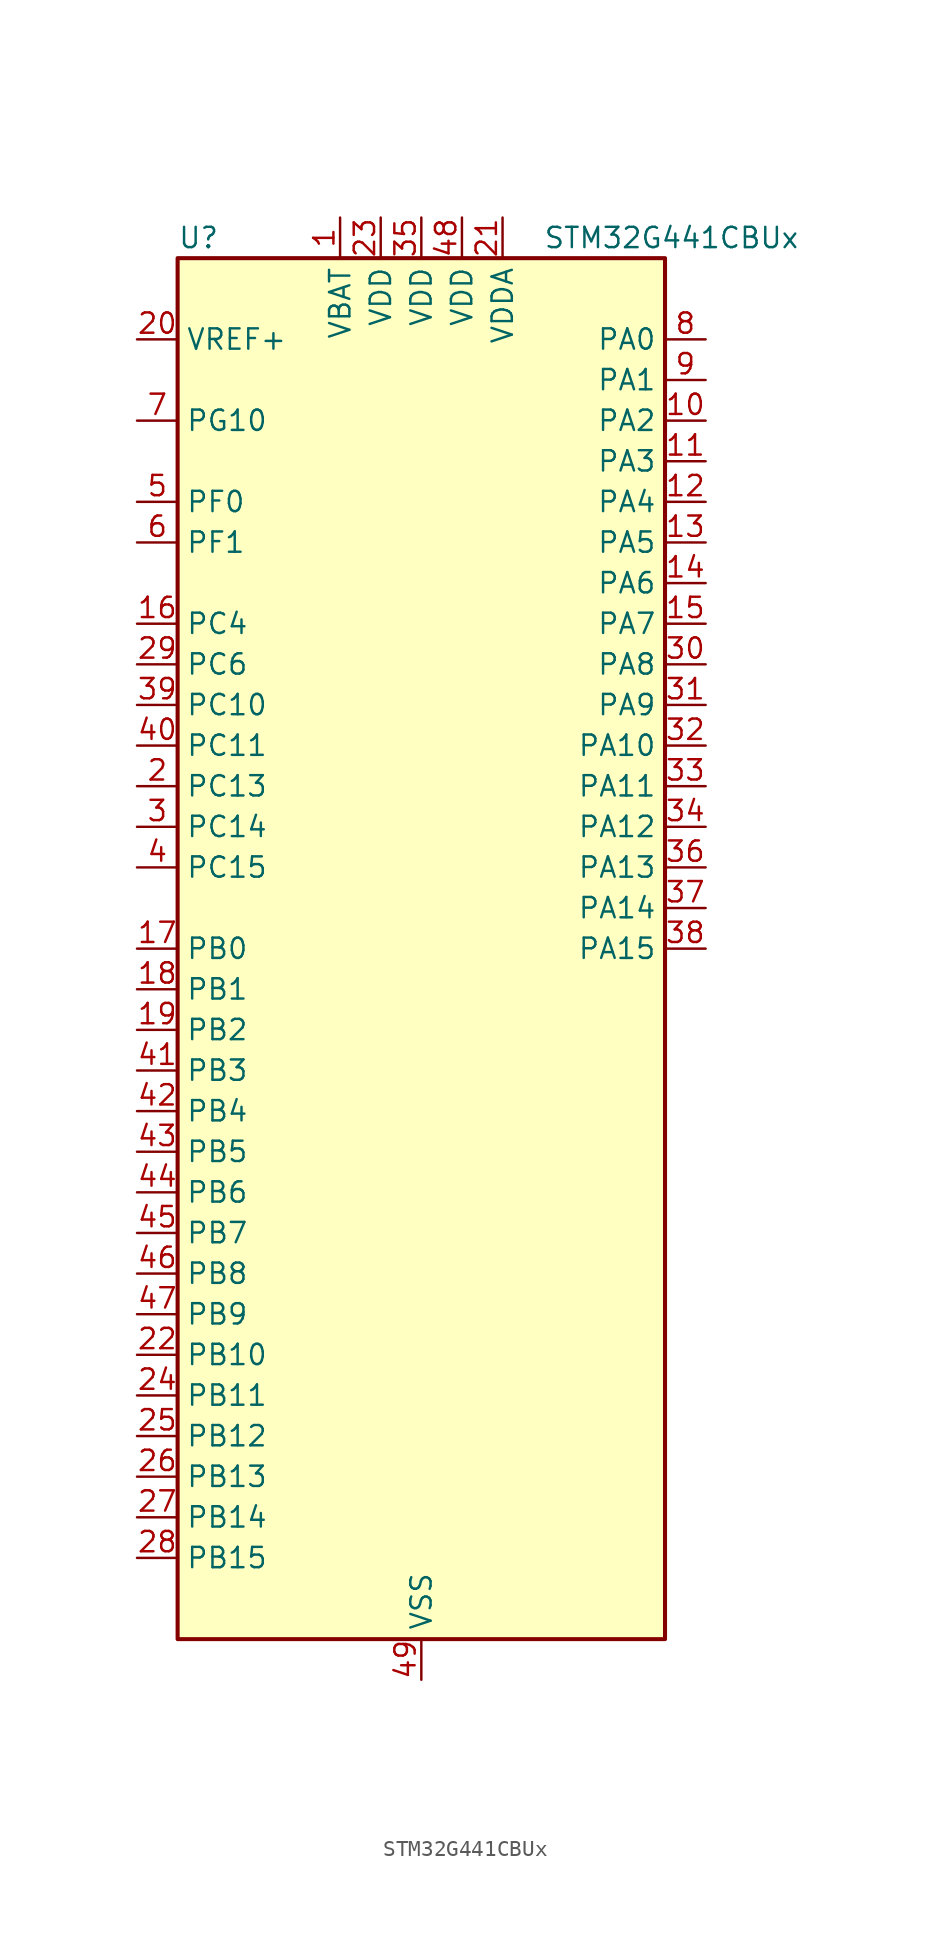
<source format=kicad_sym>
(kicad_symbol_lib
  (version 20241209)
  (generator "kicad_symbol_editor")
  (generator_version "9.0")
  (symbol "STM32G441CBUx"
    (property "Reference" "U"
      (at -15.24 44.45 0)
      (effects (font (size 1.27 1.27)) (justify left)))
    (property "Value" "STM32G441CBUx"
      (at 7.62 44.45 0)
      (effects (font (size 1.27 1.27)) (justify left)))
    (symbol "STM32G441CBUx_0_1"
      (rectangle (start -15.24 -43.18) (end 15.24 43.18) (stroke (width 0.254) (type default)) (fill (type background))))
    (symbol "STM32G441CBUx_1_1"
      (pin input line (at -17.78 38.1 0) (length 2.54) (name "VREF+" (effects (font (size 1.27 1.27)))) (number "20" (effects (font (size 1.27 1.27)))) (alternate "VREFBUF_OUT" bidirectional line))
      (pin bidirectional line (at -17.78 33.02 0) (length 2.54) (name "PG10" (effects (font (size 1.27 1.27)))) (number "7" (effects (font (size 1.27 1.27)))) (alternate "DAC1_EXTI10" bidirectional line) (alternate "DAC3_EXTI10" bidirectional line) (alternate "RCC_MCO" bidirectional line))
      (pin bidirectional line (at -17.78 27.94 0) (length 2.54) (name "PF0" (effects (font (size 1.27 1.27)))) (number "5" (effects (font (size 1.27 1.27)))) (alternate "ADC1_IN10" bidirectional line) (alternate "I2C2_SDA" bidirectional line) (alternate "I2S2_WS" bidirectional line) (alternate "RCC_OSC_IN" bidirectional line) (alternate "SPI2_NSS" bidirectional line) (alternate "TIM1_CH3N" bidirectional line))
      (pin bidirectional line (at -17.78 25.4 0) (length 2.54) (name "PF1" (effects (font (size 1.27 1.27)))) (number "6" (effects (font (size 1.27 1.27)))) (alternate "ADC2_IN10" bidirectional line) (alternate "COMP3_INM" bidirectional line) (alternate "I2S2_CK" bidirectional line) (alternate "RCC_OSC_OUT" bidirectional line) (alternate "SPI2_SCK" bidirectional line))
      (pin bidirectional line (at -17.78 20.32 0) (length 2.54) (name "PC4" (effects (font (size 1.27 1.27)))) (number "16" (effects (font (size 1.27 1.27)))) (alternate "ADC2_IN5" bidirectional line) (alternate "I2C2_SCL" bidirectional line) (alternate "TIM1_ETR" bidirectional line) (alternate "USART1_TX" bidirectional line))
      (pin bidirectional line (at -17.78 17.78 0) (length 2.54) (name "PC6" (effects (font (size 1.27 1.27)))) (number "29" (effects (font (size 1.27 1.27)))) (alternate "I2S2_MCK" bidirectional line) (alternate "TIM3_CH1" bidirectional line) (alternate "TIM8_CH1" bidirectional line))
      (pin bidirectional line (at -17.78 15.24 0) (length 2.54) (name "PC10" (effects (font (size 1.27 1.27)))) (number "39" (effects (font (size 1.27 1.27)))) (alternate "DAC1_EXTI10" bidirectional line) (alternate "DAC3_EXTI10" bidirectional line) (alternate "I2S3_CK" bidirectional line) (alternate "SPI3_SCK" bidirectional line) (alternate "TIM8_CH1N" bidirectional line) (alternate "UART4_TX" bidirectional line) (alternate "USART3_TX" bidirectional line))
      (pin bidirectional line (at -17.78 12.7 0) (length 2.54) (name "PC11" (effects (font (size 1.27 1.27)))) (number "40" (effects (font (size 1.27 1.27)))) (alternate "ADC1_EXTI11" bidirectional line) (alternate "ADC2_EXTI11" bidirectional line) (alternate "I2C3_SDA" bidirectional line) (alternate "SPI3_MISO" bidirectional line) (alternate "TIM8_CH2N" bidirectional line) (alternate "UART4_RX" bidirectional line) (alternate "USART3_RX" bidirectional line))
      (pin bidirectional line (at -17.78 10.16 0) (length 2.54) (name "PC13" (effects (font (size 1.27 1.27)))) (number "2" (effects (font (size 1.27 1.27)))) (alternate "RTC_OUT1" bidirectional line) (alternate "RTC_TAMP1" bidirectional line) (alternate "RTC_TS" bidirectional line) (alternate "SYS_WKUP2" bidirectional line) (alternate "TIM1_BKIN" bidirectional line) (alternate "TIM1_CH1N" bidirectional line) (alternate "TIM8_CH4N" bidirectional line))
      (pin bidirectional line (at -17.78 7.62 0) (length 2.54) (name "PC14" (effects (font (size 1.27 1.27)))) (number "3" (effects (font (size 1.27 1.27)))) (alternate "RCC_OSC32_IN" bidirectional line))
      (pin bidirectional line (at -17.78 5.08 0) (length 2.54) (name "PC15" (effects (font (size 1.27 1.27)))) (number "4" (effects (font (size 1.27 1.27)))) (alternate "ADC1_EXTI15" bidirectional line) (alternate "ADC2_EXTI15" bidirectional line) (alternate "RCC_OSC32_OUT" bidirectional line))
      (pin bidirectional line (at -17.78 0 0) (length 2.54) (name "PB0" (effects (font (size 1.27 1.27)))) (number "17" (effects (font (size 1.27 1.27)))) (alternate "ADC1_IN15" bidirectional line) (alternate "COMP4_INP" bidirectional line) (alternate "OPAMP2_VINP" bidirectional line) (alternate "OPAMP2_VINP_SEC" bidirectional line) (alternate "OPAMP3_VINP" bidirectional line) (alternate "OPAMP3_VINP_SEC" bidirectional line) (alternate "TIM1_CH2N" bidirectional line) (alternate "TIM3_CH3" bidirectional line) (alternate "TIM8_CH2N" bidirectional line) (alternate "UCPD1_FRSTX1" bidirectional line) (alternate "UCPD1_FRSTX2" bidirectional line))
      (pin bidirectional line (at -17.78 -2.54 0) (length 2.54) (name "PB1" (effects (font (size 1.27 1.27)))) (number "18" (effects (font (size 1.27 1.27)))) (alternate "ADC1_IN12" bidirectional line) (alternate "COMP1_INP" bidirectional line) (alternate "COMP4_OUT" bidirectional line) (alternate "LPUART1_DE" bidirectional line) (alternate "LPUART1_RTS" bidirectional line) (alternate "OPAMP3_VOUT" bidirectional line) (alternate "TIM1_CH3N" bidirectional line) (alternate "TIM3_CH4" bidirectional line) (alternate "TIM8_CH3N" bidirectional line))
      (pin bidirectional line (at -17.78 -5.08 0) (length 2.54) (name "PB2" (effects (font (size 1.27 1.27)))) (number "19" (effects (font (size 1.27 1.27)))) (alternate "ADC2_IN12" bidirectional line) (alternate "COMP4_INM" bidirectional line) (alternate "I2C3_SMBA" bidirectional line) (alternate "LPTIM1_OUT" bidirectional line) (alternate "OPAMP3_VINM" bidirectional line) (alternate "OPAMP3_VINM0" bidirectional line) (alternate "OPAMP3_VINM_SEC" bidirectional line) (alternate "RTC_OUT2" bidirectional line))
      (pin bidirectional line (at -17.78 -7.62 0) (length 2.54) (name "PB3" (effects (font (size 1.27 1.27)))) (number "41" (effects (font (size 1.27 1.27)))) (alternate "CRS_SYNC" bidirectional line) (alternate "I2S3_CK" bidirectional line) (alternate "SAI1_SCK_B" bidirectional line) (alternate "SPI1_SCK" bidirectional line) (alternate "SPI3_SCK" bidirectional line) (alternate "SYS_JTDO-SWO" bidirectional line) (alternate "TIM2_CH2" bidirectional line) (alternate "TIM3_ETR" bidirectional line) (alternate "TIM4_ETR" bidirectional line) (alternate "TIM8_CH1N" bidirectional line) (alternate "USART2_TX" bidirectional line))
      (pin bidirectional line (at -17.78 -10.16 0) (length 2.54) (name "PB4" (effects (font (size 1.27 1.27)))) (number "42" (effects (font (size 1.27 1.27)))) (alternate "SAI1_MCLK_B" bidirectional line) (alternate "SPI1_MISO" bidirectional line) (alternate "SPI3_MISO" bidirectional line) (alternate "SYS_JTRST" bidirectional line) (alternate "TIM16_CH1" bidirectional line) (alternate "TIM17_BKIN" bidirectional line) (alternate "TIM3_CH1" bidirectional line) (alternate "TIM8_CH2N" bidirectional line) (alternate "UCPD1_CC2" bidirectional line) (alternate "USART2_RX" bidirectional line))
      (pin bidirectional line (at -17.78 -12.7 0) (length 2.54) (name "PB5" (effects (font (size 1.27 1.27)))) (number "43" (effects (font (size 1.27 1.27)))) (alternate "I2C1_SMBA" bidirectional line) (alternate "I2C3_SDA" bidirectional line) (alternate "I2S3_SD" bidirectional line) (alternate "LPTIM1_IN1" bidirectional line) (alternate "SAI1_SD_B" bidirectional line) (alternate "SPI1_MOSI" bidirectional line) (alternate "SPI3_MOSI" bidirectional line) (alternate "TIM16_BKIN" bidirectional line) (alternate "TIM17_CH1" bidirectional line) (alternate "TIM3_CH2" bidirectional line) (alternate "TIM8_CH3N" bidirectional line) (alternate "USART2_CK" bidirectional line))
      (pin bidirectional line (at -17.78 -15.24 0) (length 2.54) (name "PB6" (effects (font (size 1.27 1.27)))) (number "44" (effects (font (size 1.27 1.27)))) (alternate "COMP4_OUT" bidirectional line) (alternate "LPTIM1_ETR" bidirectional line) (alternate "SAI1_FS_B" bidirectional line) (alternate "TIM16_CH1N" bidirectional line) (alternate "TIM4_CH1" bidirectional line) (alternate "TIM8_BKIN2" bidirectional line) (alternate "TIM8_CH1" bidirectional line) (alternate "TIM8_ETR" bidirectional line) (alternate "UCPD1_CC1" bidirectional line) (alternate "USART1_TX" bidirectional line))
      (pin bidirectional line (at -17.78 -17.78 0) (length 2.54) (name "PB7" (effects (font (size 1.27 1.27)))) (number "45" (effects (font (size 1.27 1.27)))) (alternate "COMP3_OUT" bidirectional line) (alternate "I2C1_SDA" bidirectional line) (alternate "LPTIM1_IN2" bidirectional line) (alternate "SYS_PVD_IN" bidirectional line) (alternate "TIM17_CH1N" bidirectional line) (alternate "TIM3_CH4" bidirectional line) (alternate "TIM4_CH2" bidirectional line) (alternate "TIM8_BKIN" bidirectional line) (alternate "UART4_CTS" bidirectional line) (alternate "USART1_RX" bidirectional line))
      (pin bidirectional line (at -17.78 -20.32 0) (length 2.54) (name "PB8" (effects (font (size 1.27 1.27)))) (number "46" (effects (font (size 1.27 1.27)))) (alternate "COMP1_OUT" bidirectional line) (alternate "FDCAN1_RX" bidirectional line) (alternate "I2C1_SCL" bidirectional line) (alternate "SAI1_CK1" bidirectional line) (alternate "SAI1_MCLK_A" bidirectional line) (alternate "TIM16_CH1" bidirectional line) (alternate "TIM1_BKIN" bidirectional line) (alternate "TIM4_CH3" bidirectional line) (alternate "TIM8_CH2" bidirectional line) (alternate "USART3_RX" bidirectional line))
      (pin bidirectional line (at -17.78 -22.86 0) (length 2.54) (name "PB9" (effects (font (size 1.27 1.27)))) (number "47" (effects (font (size 1.27 1.27)))) (alternate "COMP2_OUT" bidirectional line) (alternate "DAC1_EXTI9" bidirectional line) (alternate "DAC3_EXTI9" bidirectional line) (alternate "FDCAN1_TX" bidirectional line) (alternate "I2C1_SDA" bidirectional line) (alternate "IR_OUT" bidirectional line) (alternate "SAI1_D2" bidirectional line) (alternate "SAI1_FS_A" bidirectional line) (alternate "TIM17_CH1" bidirectional line) (alternate "TIM1_CH3N" bidirectional line) (alternate "TIM4_CH4" bidirectional line) (alternate "TIM8_CH3" bidirectional line) (alternate "USART3_TX" bidirectional line))
      (pin bidirectional line (at -17.78 -25.4 0) (length 2.54) (name "PB10" (effects (font (size 1.27 1.27)))) (number "22" (effects (font (size 1.27 1.27)))) (alternate "DAC1_EXTI10" bidirectional line) (alternate "DAC3_EXTI10" bidirectional line) (alternate "LPUART1_RX" bidirectional line) (alternate "OPAMP3_VINM" bidirectional line) (alternate "OPAMP3_VINM1" bidirectional line) (alternate "OPAMP3_VINM_SEC" bidirectional line) (alternate "SAI1_SCK_A" bidirectional line) (alternate "TIM1_BKIN" bidirectional line) (alternate "TIM2_CH3" bidirectional line) (alternate "USART3_TX" bidirectional line))
      (pin bidirectional line (at -17.78 -27.94 0) (length 2.54) (name "PB11" (effects (font (size 1.27 1.27)))) (number "24" (effects (font (size 1.27 1.27)))) (alternate "ADC1_EXTI11" bidirectional line) (alternate "ADC1_IN14" bidirectional line) (alternate "ADC2_EXTI11" bidirectional line) (alternate "ADC2_IN14" bidirectional line) (alternate "LPUART1_TX" bidirectional line) (alternate "TIM2_CH4" bidirectional line) (alternate "USART3_RX" bidirectional line))
      (pin bidirectional line (at -17.78 -30.48 0) (length 2.54) (name "PB12" (effects (font (size 1.27 1.27)))) (number "25" (effects (font (size 1.27 1.27)))) (alternate "ADC1_IN11" bidirectional line) (alternate "I2C2_SMBA" bidirectional line) (alternate "I2S2_WS" bidirectional line) (alternate "LPUART1_DE" bidirectional line) (alternate "LPUART1_RTS" bidirectional line) (alternate "SPI2_NSS" bidirectional line) (alternate "TIM1_BKIN" bidirectional line) (alternate "USART3_CK" bidirectional line))
      (pin bidirectional line (at -17.78 -33.02 0) (length 2.54) (name "PB13" (effects (font (size 1.27 1.27)))) (number "26" (effects (font (size 1.27 1.27)))) (alternate "I2S2_CK" bidirectional line) (alternate "LPUART1_CTS" bidirectional line) (alternate "OPAMP3_VINP" bidirectional line) (alternate "OPAMP3_VINP_SEC" bidirectional line) (alternate "SPI2_SCK" bidirectional line) (alternate "TIM1_CH1N" bidirectional line) (alternate "USART3_CTS" bidirectional line) (alternate "USART3_NSS" bidirectional line))
      (pin bidirectional line (at -17.78 -35.56 0) (length 2.54) (name "PB14" (effects (font (size 1.27 1.27)))) (number "27" (effects (font (size 1.27 1.27)))) (alternate "ADC1_IN5" bidirectional line) (alternate "COMP4_OUT" bidirectional line) (alternate "OPAMP2_VINP" bidirectional line) (alternate "OPAMP2_VINP_SEC" bidirectional line) (alternate "SPI2_MISO" bidirectional line) (alternate "TIM15_CH1" bidirectional line) (alternate "TIM1_CH2N" bidirectional line) (alternate "USART3_DE" bidirectional line) (alternate "USART3_RTS" bidirectional line))
      (pin bidirectional line (at -17.78 -38.1 0) (length 2.54) (name "PB15" (effects (font (size 1.27 1.27)))) (number "28" (effects (font (size 1.27 1.27)))) (alternate "ADC1_EXTI15" bidirectional line) (alternate "ADC2_EXTI15" bidirectional line) (alternate "ADC2_IN15" bidirectional line) (alternate "COMP3_OUT" bidirectional line) (alternate "I2S2_SD" bidirectional line) (alternate "RTC_REFIN" bidirectional line) (alternate "SPI2_MOSI" bidirectional line) (alternate "TIM15_CH1N" bidirectional line) (alternate "TIM15_CH2" bidirectional line) (alternate "TIM1_CH3N" bidirectional line))
      (pin power_in line (at -5.08 45.72 270) (length 2.54) (name "VBAT" (effects (font (size 1.27 1.27)))) (number "1" (effects (font (size 1.27 1.27)))))
      (pin power_in line (at -2.54 45.72 270) (length 2.54) (name "VDD" (effects (font (size 1.27 1.27)))) (number "23" (effects (font (size 1.27 1.27)))))
      (pin power_in line (at 0 45.72 270) (length 2.54) (name "VDD" (effects (font (size 1.27 1.27)))) (number "35" (effects (font (size 1.27 1.27)))))
      (pin power_in line (at 0 -45.72 90) (length 2.54) (name "VSS" (effects (font (size 1.27 1.27)))) (number "49" (effects (font (size 1.27 1.27)))))
      (pin power_in line (at 2.54 45.72 270) (length 2.54) (name "VDD" (effects (font (size 1.27 1.27)))) (number "48" (effects (font (size 1.27 1.27)))))
      (pin power_in line (at 5.08 45.72 270) (length 2.54) (name "VDDA" (effects (font (size 1.27 1.27)))) (number "21" (effects (font (size 1.27 1.27)))))
      (pin bidirectional line (at 17.78 38.1 180) (length 2.54) (name "PA0" (effects (font (size 1.27 1.27)))) (number "8" (effects (font (size 1.27 1.27)))) (alternate "ADC1_IN1" bidirectional line) (alternate "ADC2_IN1" bidirectional line) (alternate "COMP1_INM" bidirectional line) (alternate "COMP1_OUT" bidirectional line) (alternate "COMP3_INP" bidirectional line) (alternate "RTC_TAMP2" bidirectional line) (alternate "SYS_WKUP1" bidirectional line) (alternate "TIM2_CH1" bidirectional line) (alternate "TIM2_ETR" bidirectional line) (alternate "TIM8_BKIN" bidirectional line) (alternate "TIM8_ETR" bidirectional line) (alternate "USART2_CTS" bidirectional line) (alternate "USART2_NSS" bidirectional line))
      (pin bidirectional line (at 17.78 35.56 180) (length 2.54) (name "PA1" (effects (font (size 1.27 1.27)))) (number "9" (effects (font (size 1.27 1.27)))) (alternate "ADC1_IN2" bidirectional line) (alternate "ADC2_IN2" bidirectional line) (alternate "COMP1_INP" bidirectional line) (alternate "OPAMP1_VINP" bidirectional line) (alternate "OPAMP1_VINP_SEC" bidirectional line) (alternate "OPAMP3_VINP" bidirectional line) (alternate "OPAMP3_VINP_SEC" bidirectional line) (alternate "RTC_REFIN" bidirectional line) (alternate "TIM15_CH1N" bidirectional line) (alternate "TIM2_CH2" bidirectional line) (alternate "USART2_DE" bidirectional line) (alternate "USART2_RTS" bidirectional line))
      (pin bidirectional line (at 17.78 33.02 180) (length 2.54) (name "PA2" (effects (font (size 1.27 1.27)))) (number "10" (effects (font (size 1.27 1.27)))) (alternate "ADC1_IN3" bidirectional line) (alternate "COMP2_INM" bidirectional line) (alternate "COMP2_OUT" bidirectional line) (alternate "LPUART1_TX" bidirectional line) (alternate "OPAMP1_VOUT" bidirectional line) (alternate "RCC_LSCO" bidirectional line) (alternate "SYS_WKUP4" bidirectional line) (alternate "TIM15_CH1" bidirectional line) (alternate "TIM2_CH3" bidirectional line) (alternate "UCPD1_FRSTX1" bidirectional line) (alternate "UCPD1_FRSTX2" bidirectional line) (alternate "USART2_TX" bidirectional line))
      (pin bidirectional line (at 17.78 30.48 180) (length 2.54) (name "PA3" (effects (font (size 1.27 1.27)))) (number "11" (effects (font (size 1.27 1.27)))) (alternate "ADC1_IN4" bidirectional line) (alternate "COMP2_INP" bidirectional line) (alternate "LPUART1_RX" bidirectional line) (alternate "OPAMP1_VINM" bidirectional line) (alternate "OPAMP1_VINM0" bidirectional line) (alternate "OPAMP1_VINM_SEC" bidirectional line) (alternate "OPAMP1_VINP" bidirectional line) (alternate "OPAMP1_VINP_SEC" bidirectional line) (alternate "SAI1_CK1" bidirectional line) (alternate "SAI1_MCLK_A" bidirectional line) (alternate "TIM15_CH2" bidirectional line) (alternate "TIM2_CH4" bidirectional line) (alternate "USART2_RX" bidirectional line))
      (pin bidirectional line (at 17.78 27.94 180) (length 2.54) (name "PA4" (effects (font (size 1.27 1.27)))) (number "12" (effects (font (size 1.27 1.27)))) (alternate "ADC2_IN17" bidirectional line) (alternate "COMP1_INM" bidirectional line) (alternate "DAC1_OUT1" bidirectional line) (alternate "I2S3_WS" bidirectional line) (alternate "SAI1_FS_B" bidirectional line) (alternate "SPI1_NSS" bidirectional line) (alternate "SPI3_NSS" bidirectional line) (alternate "TIM3_CH2" bidirectional line) (alternate "USART2_CK" bidirectional line))
      (pin bidirectional line (at 17.78 25.4 180) (length 2.54) (name "PA5" (effects (font (size 1.27 1.27)))) (number "13" (effects (font (size 1.27 1.27)))) (alternate "ADC2_IN13" bidirectional line) (alternate "COMP2_INM" bidirectional line) (alternate "DAC1_OUT2" bidirectional line) (alternate "OPAMP2_VINM" bidirectional line) (alternate "OPAMP2_VINM0" bidirectional line) (alternate "OPAMP2_VINM_SEC" bidirectional line) (alternate "SPI1_SCK" bidirectional line) (alternate "TIM2_CH1" bidirectional line) (alternate "TIM2_ETR" bidirectional line) (alternate "UCPD1_FRSTX1" bidirectional line) (alternate "UCPD1_FRSTX2" bidirectional line))
      (pin bidirectional line (at 17.78 22.86 180) (length 2.54) (name "PA6" (effects (font (size 1.27 1.27)))) (number "14" (effects (font (size 1.27 1.27)))) (alternate "ADC2_IN3" bidirectional line) (alternate "COMP1_OUT" bidirectional line) (alternate "LPUART1_CTS" bidirectional line) (alternate "OPAMP2_VOUT" bidirectional line) (alternate "SPI1_MISO" bidirectional line) (alternate "TIM16_CH1" bidirectional line) (alternate "TIM1_BKIN" bidirectional line) (alternate "TIM3_CH1" bidirectional line) (alternate "TIM8_BKIN" bidirectional line))
      (pin bidirectional line (at 17.78 20.32 180) (length 2.54) (name "PA7" (effects (font (size 1.27 1.27)))) (number "15" (effects (font (size 1.27 1.27)))) (alternate "ADC2_IN4" bidirectional line) (alternate "COMP2_INP" bidirectional line) (alternate "COMP2_OUT" bidirectional line) (alternate "OPAMP1_VINP" bidirectional line) (alternate "OPAMP1_VINP_SEC" bidirectional line) (alternate "OPAMP2_VINP" bidirectional line) (alternate "OPAMP2_VINP_SEC" bidirectional line) (alternate "SPI1_MOSI" bidirectional line) (alternate "TIM17_CH1" bidirectional line) (alternate "TIM1_CH1N" bidirectional line) (alternate "TIM3_CH2" bidirectional line) (alternate "TIM8_CH1N" bidirectional line) (alternate "UCPD1_FRSTX1" bidirectional line) (alternate "UCPD1_FRSTX2" bidirectional line))
      (pin bidirectional line (at 17.78 17.78 180) (length 2.54) (name "PA8" (effects (font (size 1.27 1.27)))) (number "30" (effects (font (size 1.27 1.27)))) (alternate "I2C2_SDA" bidirectional line) (alternate "I2C3_SCL" bidirectional line) (alternate "I2S2_MCK" bidirectional line) (alternate "RCC_MCO" bidirectional line) (alternate "SAI1_CK2" bidirectional line) (alternate "SAI1_SCK_A" bidirectional line) (alternate "TIM1_CH1" bidirectional line) (alternate "TIM4_ETR" bidirectional line) (alternate "USART1_CK" bidirectional line))
      (pin bidirectional line (at 17.78 15.24 180) (length 2.54) (name "PA9" (effects (font (size 1.27 1.27)))) (number "31" (effects (font (size 1.27 1.27)))) (alternate "DAC1_EXTI9" bidirectional line) (alternate "DAC3_EXTI9" bidirectional line) (alternate "I2C2_SCL" bidirectional line) (alternate "I2C3_SMBA" bidirectional line) (alternate "I2S3_MCK" bidirectional line) (alternate "SAI1_FS_A" bidirectional line) (alternate "TIM15_BKIN" bidirectional line) (alternate "TIM1_CH2" bidirectional line) (alternate "TIM2_CH3" bidirectional line) (alternate "UCPD1_DBCC1" bidirectional line) (alternate "USART1_TX" bidirectional line))
      (pin bidirectional line (at 17.78 12.7 180) (length 2.54) (name "PA10" (effects (font (size 1.27 1.27)))) (number "32" (effects (font (size 1.27 1.27)))) (alternate "CRS_SYNC" bidirectional line) (alternate "DAC1_EXTI10" bidirectional line) (alternate "DAC3_EXTI10" bidirectional line) (alternate "I2C2_SMBA" bidirectional line) (alternate "SAI1_D1" bidirectional line) (alternate "SAI1_SD_A" bidirectional line) (alternate "SPI2_MISO" bidirectional line) (alternate "TIM17_BKIN" bidirectional line) (alternate "TIM1_CH3" bidirectional line) (alternate "TIM2_CH4" bidirectional line) (alternate "TIM8_BKIN" bidirectional line) (alternate "UCPD1_DBCC2" bidirectional line) (alternate "USART1_RX" bidirectional line))
      (pin bidirectional line (at 17.78 10.16 180) (length 2.54) (name "PA11" (effects (font (size 1.27 1.27)))) (number "33" (effects (font (size 1.27 1.27)))) (alternate "ADC1_EXTI11" bidirectional line) (alternate "ADC2_EXTI11" bidirectional line) (alternate "COMP1_OUT" bidirectional line) (alternate "FDCAN1_RX" bidirectional line) (alternate "I2S2_SD" bidirectional line) (alternate "SPI2_MOSI" bidirectional line) (alternate "TIM1_BKIN2" bidirectional line) (alternate "TIM1_CH1N" bidirectional line) (alternate "TIM1_CH4" bidirectional line) (alternate "TIM4_CH1" bidirectional line) (alternate "USART1_CTS" bidirectional line) (alternate "USART1_NSS" bidirectional line) (alternate "USB_DM" bidirectional line))
      (pin bidirectional line (at 17.78 7.62 180) (length 2.54) (name "PA12" (effects (font (size 1.27 1.27)))) (number "34" (effects (font (size 1.27 1.27)))) (alternate "COMP2_OUT" bidirectional line) (alternate "FDCAN1_TX" bidirectional line) (alternate "I2S_CKIN" bidirectional line) (alternate "TIM16_CH1" bidirectional line) (alternate "TIM1_CH2N" bidirectional line) (alternate "TIM1_ETR" bidirectional line) (alternate "TIM4_CH2" bidirectional line) (alternate "USART1_DE" bidirectional line) (alternate "USART1_RTS" bidirectional line) (alternate "USB_DP" bidirectional line))
      (pin bidirectional line (at 17.78 5.08 180) (length 2.54) (name "PA13" (effects (font (size 1.27 1.27)))) (number "36" (effects (font (size 1.27 1.27)))) (alternate "I2C1_SCL" bidirectional line) (alternate "IR_OUT" bidirectional line) (alternate "SAI1_SD_B" bidirectional line) (alternate "SYS_JTMS-SWDIO" bidirectional line) (alternate "TIM16_CH1N" bidirectional line) (alternate "TIM4_CH3" bidirectional line) (alternate "USART3_CTS" bidirectional line) (alternate "USART3_NSS" bidirectional line))
      (pin bidirectional line (at 17.78 2.54 180) (length 2.54) (name "PA14" (effects (font (size 1.27 1.27)))) (number "37" (effects (font (size 1.27 1.27)))) (alternate "I2C1_SDA" bidirectional line) (alternate "LPTIM1_OUT" bidirectional line) (alternate "SAI1_FS_B" bidirectional line) (alternate "SYS_JTCK-SWCLK" bidirectional line) (alternate "TIM1_BKIN" bidirectional line) (alternate "TIM8_CH2" bidirectional line) (alternate "USART2_TX" bidirectional line))
      (pin bidirectional line (at 17.78 0 180) (length 2.54) (name "PA15" (effects (font (size 1.27 1.27)))) (number "38" (effects (font (size 1.27 1.27)))) (alternate "ADC1_EXTI15" bidirectional line) (alternate "ADC2_EXTI15" bidirectional line) (alternate "I2C1_SCL" bidirectional line) (alternate "I2S3_WS" bidirectional line) (alternate "SPI1_NSS" bidirectional line) (alternate "SPI3_NSS" bidirectional line) (alternate "SYS_JTDI" bidirectional line) (alternate "TIM1_BKIN" bidirectional line) (alternate "TIM2_CH1" bidirectional line) (alternate "TIM2_ETR" bidirectional line) (alternate "TIM8_CH1" bidirectional line) (alternate "UART4_DE" bidirectional line) (alternate "UART4_RTS" bidirectional line) (alternate "USART2_RX" bidirectional line)))))
</source>
